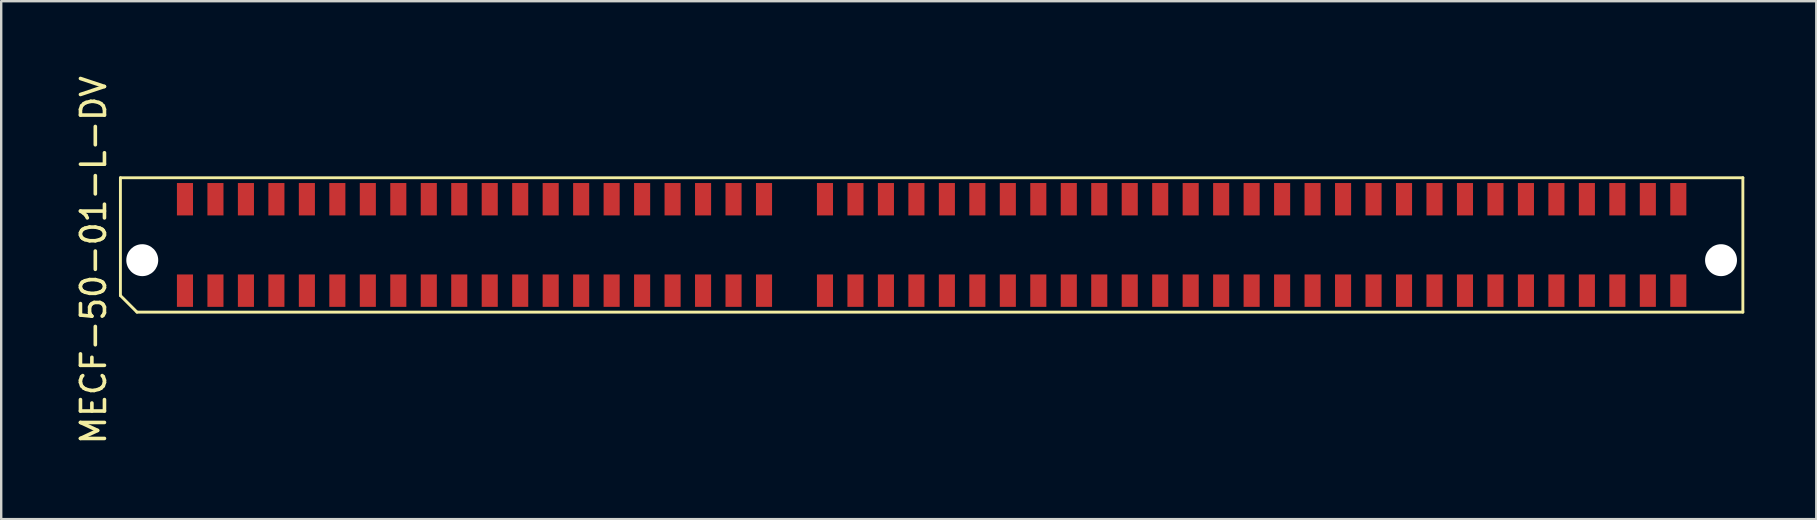
<source format=kicad_pcb>
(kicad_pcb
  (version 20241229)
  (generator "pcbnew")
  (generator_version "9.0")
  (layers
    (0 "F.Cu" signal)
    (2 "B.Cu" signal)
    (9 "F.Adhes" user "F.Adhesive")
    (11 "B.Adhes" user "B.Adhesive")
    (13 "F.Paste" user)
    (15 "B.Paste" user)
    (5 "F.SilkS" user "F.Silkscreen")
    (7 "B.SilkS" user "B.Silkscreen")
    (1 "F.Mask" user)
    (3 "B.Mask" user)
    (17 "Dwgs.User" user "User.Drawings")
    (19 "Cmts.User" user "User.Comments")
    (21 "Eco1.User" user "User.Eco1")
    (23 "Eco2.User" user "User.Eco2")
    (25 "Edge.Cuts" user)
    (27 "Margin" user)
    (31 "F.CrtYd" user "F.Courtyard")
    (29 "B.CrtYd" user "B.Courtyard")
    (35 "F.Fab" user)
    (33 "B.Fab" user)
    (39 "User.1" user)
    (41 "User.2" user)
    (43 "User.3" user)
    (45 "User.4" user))
  (footprint "MECF-50-01-L-DV"
    (layer "F.Cu")
    (at 4.658 9.062)
    (property "Reference" "MECF-50-01-L-DV" (at -3.81 -1.27 90) (layer "F.SilkS") (effects (font (size 1 1) (thickness 0.15))))
    (attr through_hole)
    (fp_line (start -2.69 -4.705) (end 64.92 -4.705) (stroke (width 0.12) (type solid)) (layer "F.SilkS"))
    (fp_line (start -2.69 0.205) (end -2.69 -4.705) (stroke (width 0.12) (type solid)) (layer "F.SilkS"))
    (fp_line (start -2.69 0.205) (end -2 0.895) (stroke (width 0.12) (type solid)) (layer "F.SilkS"))
    (fp_line (start -2 0.895) (end 64.92 0.895) (stroke (width 0.12) (type solid)) (layer "F.SilkS"))
    (fp_line (start 64.92 0.895) (end 64.92 -4.705) (stroke (width 0.12) (type solid)) (layer "F.SilkS"))
    (pad "" np_thru_hole circle (at -1.78 -1.27) (size 1.33 1.33) (drill 1.33) (layers "*.Cu" "*.Mask"))
    (pad "" np_thru_hole circle (at 64.01 -1.27) (size 1.33 1.33) (drill 1.33) (layers "*.Cu" "*.Mask"))
    (pad "1" smd rect (at 0 0) (size 0.67 1.35) (layers "F.Cu" "F.Mask" "F.Paste"))
    (pad "2" smd rect (at 0 -3.81) (size 0.67 1.35) (layers "F.Cu" "F.Mask" "F.Paste"))
    (pad "3" smd rect (at 1.27 0) (size 0.67 1.35) (layers "F.Cu" "F.Mask" "F.Paste"))
    (pad "4" smd rect (at 1.27 -3.81) (size 0.67 1.35) (layers "F.Cu" "F.Mask" "F.Paste"))
    (pad "5" smd rect (at 2.54 0) (size 0.67 1.35) (layers "F.Cu" "F.Mask" "F.Paste"))
    (pad "6" smd rect (at 2.54 -3.81) (size 0.67 1.35) (layers "F.Cu" "F.Mask" "F.Paste"))
    (pad "7" smd rect (at 3.81 0) (size 0.67 1.35) (layers "F.Cu" "F.Mask" "F.Paste"))
    (pad "8" smd rect (at 3.81 -3.81) (size 0.67 1.35) (layers "F.Cu" "F.Mask" "F.Paste"))
    (pad "9" smd rect (at 5.08 0) (size 0.67 1.35) (layers "F.Cu" "F.Mask" "F.Paste"))
    (pad "10" smd rect (at 5.08 -3.81) (size 0.67 1.35) (layers "F.Cu" "F.Mask" "F.Paste"))
    (pad "11" smd rect (at 6.35 0) (size 0.67 1.35) (layers "F.Cu" "F.Mask" "F.Paste"))
    (pad "12" smd rect (at 6.35 -3.81) (size 0.67 1.35) (layers "F.Cu" "F.Mask" "F.Paste"))
    (pad "13" smd rect (at 7.62 0) (size 0.67 1.35) (layers "F.Cu" "F.Mask" "F.Paste"))
    (pad "14" smd rect (at 7.62 -3.81) (size 0.67 1.35) (layers "F.Cu" "F.Mask" "F.Paste"))
    (pad "15" smd rect (at 8.89 0) (size 0.67 1.35) (layers "F.Cu" "F.Mask" "F.Paste"))
    (pad "16" smd rect (at 8.89 -3.81) (size 0.67 1.35) (layers "F.Cu" "F.Mask" "F.Paste"))
    (pad "17" smd rect (at 10.16 0) (size 0.67 1.35) (layers "F.Cu" "F.Mask" "F.Paste"))
    (pad "18" smd rect (at 10.16 -3.81) (size 0.67 1.35) (layers "F.Cu" "F.Mask" "F.Paste"))
    (pad "19" smd rect (at 11.43 0) (size 0.67 1.35) (layers "F.Cu" "F.Mask" "F.Paste"))
    (pad "20" smd rect (at 11.43 -3.81) (size 0.67 1.35) (layers "F.Cu" "F.Mask" "F.Paste"))
    (pad "21" smd rect (at 12.7 0) (size 0.67 1.35) (layers "F.Cu" "F.Mask" "F.Paste"))
    (pad "22" smd rect (at 12.7 -3.81) (size 0.67 1.35) (layers "F.Cu" "F.Mask" "F.Paste"))
    (pad "23" smd rect (at 13.97 0) (size 0.67 1.35) (layers "F.Cu" "F.Mask" "F.Paste"))
    (pad "24" smd rect (at 13.97 -3.81) (size 0.67 1.35) (layers "F.Cu" "F.Mask" "F.Paste"))
    (pad "25" smd rect (at 15.24 0) (size 0.67 1.35) (layers "F.Cu" "F.Mask" "F.Paste"))
    (pad "26" smd rect (at 15.24 -3.81) (size 0.67 1.35) (layers "F.Cu" "F.Mask" "F.Paste"))
    (pad "27" smd rect (at 16.51 0) (size 0.67 1.35) (layers "F.Cu" "F.Mask" "F.Paste"))
    (pad "28" smd rect (at 16.51 -3.81) (size 0.67 1.35) (layers "F.Cu" "F.Mask" "F.Paste"))
    (pad "29" smd rect (at 17.78 0) (size 0.67 1.35) (layers "F.Cu" "F.Mask" "F.Paste"))
    (pad "30" smd rect (at 17.78 -3.81) (size 0.67 1.35) (layers "F.Cu" "F.Mask" "F.Paste"))
    (pad "31" smd rect (at 19.05 0) (size 0.67 1.35) (layers "F.Cu" "F.Mask" "F.Paste"))
    (pad "32" smd rect (at 19.05 -3.81) (size 0.67 1.35) (layers "F.Cu" "F.Mask" "F.Paste"))
    (pad "33" smd rect (at 20.32 0) (size 0.67 1.35) (layers "F.Cu" "F.Mask" "F.Paste"))
    (pad "34" smd rect (at 20.32 -3.81) (size 0.67 1.35) (layers "F.Cu" "F.Mask" "F.Paste"))
    (pad "35" smd rect (at 21.59 0) (size 0.67 1.35) (layers "F.Cu" "F.Mask" "F.Paste"))
    (pad "36" smd rect (at 21.59 -3.81) (size 0.67 1.35) (layers "F.Cu" "F.Mask" "F.Paste"))
    (pad "37" smd rect (at 22.86 0) (size 0.67 1.35) (layers "F.Cu" "F.Mask" "F.Paste"))
    (pad "38" smd rect (at 22.86 -3.81) (size 0.67 1.35) (layers "F.Cu" "F.Mask" "F.Paste"))
    (pad "39" smd rect (at 24.13 0) (size 0.67 1.35) (layers "F.Cu" "F.Mask" "F.Paste"))
    (pad "40" smd rect (at 24.13 -3.81) (size 0.67 1.35) (layers "F.Cu" "F.Mask" "F.Paste"))
    (pad "43" smd rect (at 26.67 0) (size 0.67 1.35) (layers "F.Cu" "F.Mask" "F.Paste"))
    (pad "44" smd rect (at 26.67 -3.81) (size 0.67 1.35) (layers "F.Cu" "F.Mask" "F.Paste"))
    (pad "45" smd rect (at 27.94 0) (size 0.67 1.35) (layers "F.Cu" "F.Mask" "F.Paste"))
    (pad "46" smd rect (at 27.94 -3.81) (size 0.67 1.35) (layers "F.Cu" "F.Mask" "F.Paste"))
    (pad "47" smd rect (at 29.21 0) (size 0.67 1.35) (layers "F.Cu" "F.Mask" "F.Paste"))
    (pad "48" smd rect (at 29.21 -3.81) (size 0.67 1.35) (layers "F.Cu" "F.Mask" "F.Paste"))
    (pad "49" smd rect (at 30.48 0) (size 0.67 1.35) (layers "F.Cu" "F.Mask" "F.Paste"))
    (pad "50" smd rect (at 30.48 -3.81) (size 0.67 1.35) (layers "F.Cu" "F.Mask" "F.Paste"))
    (pad "51" smd rect (at 31.75 0) (size 0.67 1.35) (layers "F.Cu" "F.Mask" "F.Paste"))
    (pad "52" smd rect (at 31.75 -3.81) (size 0.67 1.35) (layers "F.Cu" "F.Mask" "F.Paste"))
    (pad "53" smd rect (at 33.02 0) (size 0.67 1.35) (layers "F.Cu" "F.Mask" "F.Paste"))
    (pad "54" smd rect (at 33.02 -3.81) (size 0.67 1.35) (layers "F.Cu" "F.Mask" "F.Paste"))
    (pad "55" smd rect (at 34.29 0) (size 0.67 1.35) (layers "F.Cu" "F.Mask" "F.Paste"))
    (pad "56" smd rect (at 34.29 -3.81) (size 0.67 1.35) (layers "F.Cu" "F.Mask" "F.Paste"))
    (pad "57" smd rect (at 35.56 0) (size 0.67 1.35) (layers "F.Cu" "F.Mask" "F.Paste"))
    (pad "58" smd rect (at 35.56 -3.81) (size 0.67 1.35) (layers "F.Cu" "F.Mask" "F.Paste"))
    (pad "59" smd rect (at 36.83 0) (size 0.67 1.35) (layers "F.Cu" "F.Mask" "F.Paste"))
    (pad "60" smd rect (at 36.83 -3.81) (size 0.67 1.35) (layers "F.Cu" "F.Mask" "F.Paste"))
    (pad "61" smd rect (at 38.1 0) (size 0.67 1.35) (layers "F.Cu" "F.Mask" "F.Paste"))
    (pad "62" smd rect (at 38.1 -3.81) (size 0.67 1.35) (layers "F.Cu" "F.Mask" "F.Paste"))
    (pad "63" smd rect (at 39.37 0) (size 0.67 1.35) (layers "F.Cu" "F.Mask" "F.Paste"))
    (pad "64" smd rect (at 39.37 -3.81) (size 0.67 1.35) (layers "F.Cu" "F.Mask" "F.Paste"))
    (pad "65" smd rect (at 40.64 0) (size 0.67 1.35) (layers "F.Cu" "F.Mask" "F.Paste"))
    (pad "66" smd rect (at 40.64 -3.81) (size 0.67 1.35) (layers "F.Cu" "F.Mask" "F.Paste"))
    (pad "67" smd rect (at 41.91 0) (size 0.67 1.35) (layers "F.Cu" "F.Mask" "F.Paste"))
    (pad "68" smd rect (at 41.91 -3.81) (size 0.67 1.35) (layers "F.Cu" "F.Mask" "F.Paste"))
    (pad "69" smd rect (at 43.18 0) (size 0.67 1.35) (layers "F.Cu" "F.Mask" "F.Paste"))
    (pad "70" smd rect (at 43.18 -3.81) (size 0.67 1.35) (layers "F.Cu" "F.Mask" "F.Paste"))
    (pad "71" smd rect (at 44.45 0) (size 0.67 1.35) (layers "F.Cu" "F.Mask" "F.Paste"))
    (pad "72" smd rect (at 44.45 -3.81) (size 0.67 1.35) (layers "F.Cu" "F.Mask" "F.Paste"))
    (pad "73" smd rect (at 45.72 0) (size 0.67 1.35) (layers "F.Cu" "F.Mask" "F.Paste"))
    (pad "74" smd rect (at 45.72 -3.81) (size 0.67 1.35) (layers "F.Cu" "F.Mask" "F.Paste"))
    (pad "75" smd rect (at 46.99 0) (size 0.67 1.35) (layers "F.Cu" "F.Mask" "F.Paste"))
    (pad "76" smd rect (at 46.99 -3.81) (size 0.67 1.35) (layers "F.Cu" "F.Mask" "F.Paste"))
    (pad "77" smd rect (at 48.26 0) (size 0.67 1.35) (layers "F.Cu" "F.Mask" "F.Paste"))
    (pad "78" smd rect (at 48.26 -3.81) (size 0.67 1.35) (layers "F.Cu" "F.Mask" "F.Paste"))
    (pad "79" smd rect (at 49.53 0) (size 0.67 1.35) (layers "F.Cu" "F.Mask" "F.Paste"))
    (pad "80" smd rect (at 49.53 -3.81) (size 0.67 1.35) (layers "F.Cu" "F.Mask" "F.Paste"))
    (pad "81" smd rect (at 50.8 0) (size 0.67 1.35) (layers "F.Cu" "F.Mask" "F.Paste"))
    (pad "82" smd rect (at 50.8 -3.81) (size 0.67 1.35) (layers "F.Cu" "F.Mask" "F.Paste"))
    (pad "83" smd rect (at 52.07 0) (size 0.67 1.35) (layers "F.Cu" "F.Mask" "F.Paste"))
    (pad "84" smd rect (at 52.07 -3.81) (size 0.67 1.35) (layers "F.Cu" "F.Mask" "F.Paste"))
    (pad "85" smd rect (at 53.34 0) (size 0.67 1.35) (layers "F.Cu" "F.Mask" "F.Paste"))
    (pad "86" smd rect (at 53.34 -3.81) (size 0.67 1.35) (layers "F.Cu" "F.Mask" "F.Paste"))
    (pad "87" smd rect (at 54.61 0) (size 0.67 1.35) (layers "F.Cu" "F.Mask" "F.Paste"))
    (pad "88" smd rect (at 54.61 -3.81) (size 0.67 1.35) (layers "F.Cu" "F.Mask" "F.Paste"))
    (pad "89" smd rect (at 55.88 0) (size 0.67 1.35) (layers "F.Cu" "F.Mask" "F.Paste"))
    (pad "90" smd rect (at 55.88 -3.81) (size 0.67 1.35) (layers "F.Cu" "F.Mask" "F.Paste"))
    (pad "91" smd rect (at 57.15 0) (size 0.67 1.35) (layers "F.Cu" "F.Mask" "F.Paste"))
    (pad "92" smd rect (at 57.15 -3.81) (size 0.67 1.35) (layers "F.Cu" "F.Mask" "F.Paste"))
    (pad "93" smd rect (at 58.42 0) (size 0.67 1.35) (layers "F.Cu" "F.Mask" "F.Paste"))
    (pad "94" smd rect (at 58.42 -3.81) (size 0.67 1.35) (layers "F.Cu" "F.Mask" "F.Paste"))
    (pad "95" smd rect (at 59.69 0) (size 0.67 1.35) (layers "F.Cu" "F.Mask" "F.Paste"))
    (pad "96" smd rect (at 59.69 -3.81) (size 0.67 1.35) (layers "F.Cu" "F.Mask" "F.Paste"))
    (pad "97" smd rect (at 60.96 0) (size 0.67 1.35) (layers "F.Cu" "F.Mask" "F.Paste"))
    (pad "98" smd rect (at 60.96 -3.81) (size 0.67 1.35) (layers "F.Cu" "F.Mask" "F.Paste"))
    (pad "99" smd rect (at 62.23 0) (size 0.67 1.35) (layers "F.Cu" "F.Mask" "F.Paste"))
    (pad "100" smd rect (at 62.23 -3.81) (size 0.67 1.35) (layers "F.Cu" "F.Mask" "F.Paste")))
  (gr_rect
    (start -3 -3)
    (end 72.638 18.583)
    (stroke (width 0.1) (type default))
    (fill no)
    (layer "Edge.Cuts")))
</source>
